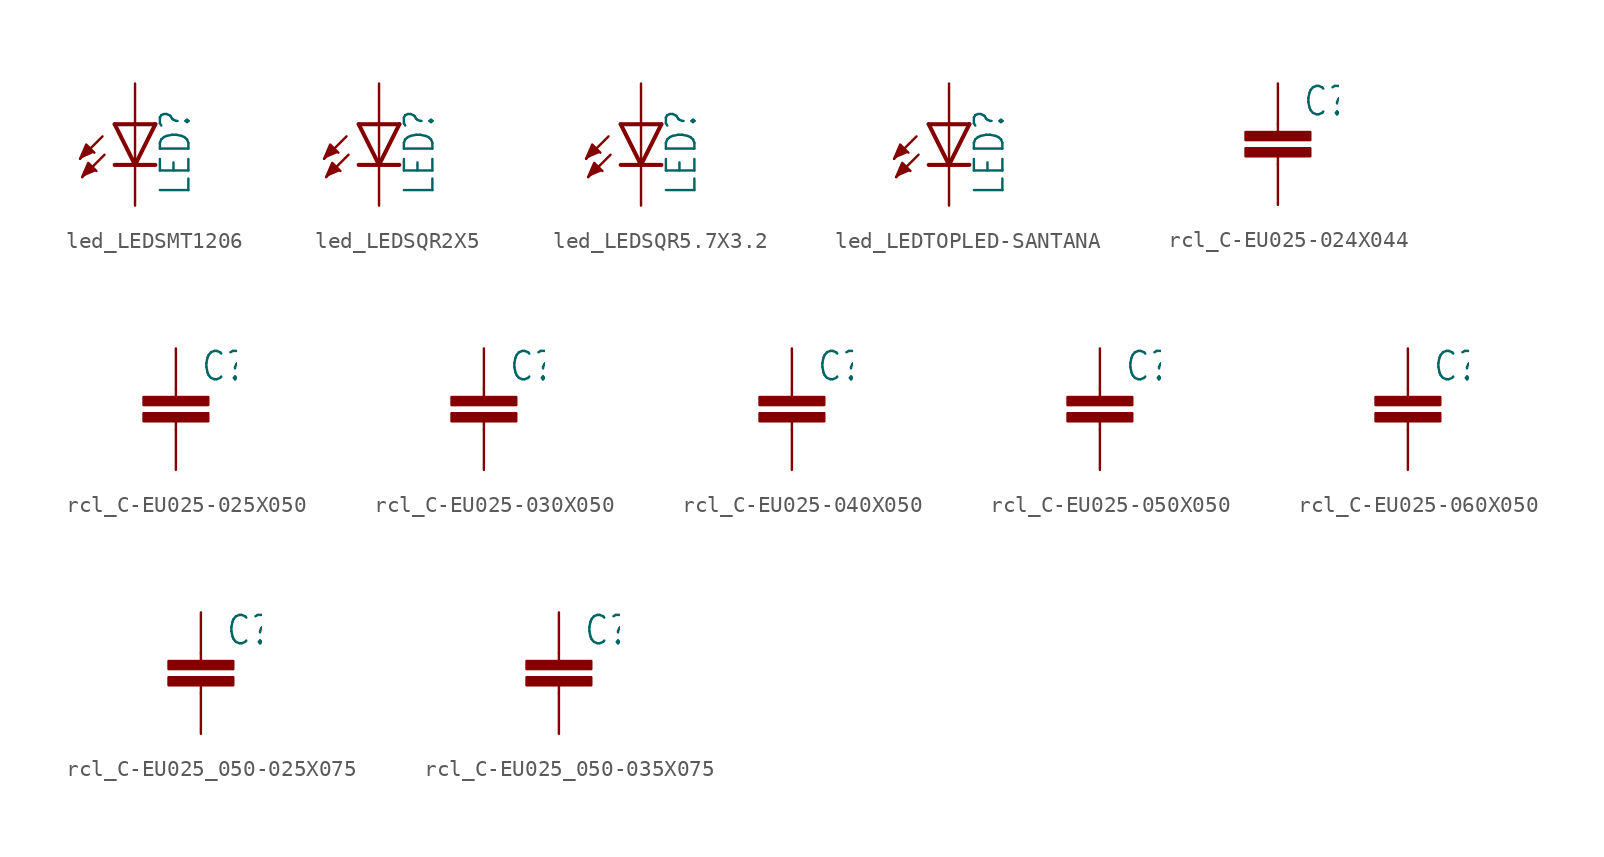
<source format=kicad_sym>
(kicad_symbol_lib
  (version 20231120)
  (generator "kicad_symbol_editor")
  (generator_version "8.0")
  (symbol "led_LEDSMT1206"
    (property "Reference" "LED"
      (at 3.556 -4.572 90)
      (effects (font (size 1.778 1.511)) (justify left bottom)))
    (property "Value" ""
      (at 5.715 -4.572 90)
      (effects (font (size 1.778 1.511)) (justify left bottom)))
    (property "ki_locked" ""
      (at 0 0 0)
      (effects (font (size 1.27 1.27))))
    (symbol "led_LEDSMT1206_1_0"
      (polyline (pts (xy -2.032 -0.762) (xy -3.429 -2.159)) (stroke (width 0.152) (type solid)) (fill (type none)))
      (polyline (pts (xy -1.905 -1.905) (xy -3.302 -3.302)) (stroke (width 0.152) (type solid)) (fill (type none)))
      (polyline (pts (xy 0 -2.54) (xy -1.27 -2.54)) (stroke (width 0.254) (type solid)) (fill (type none)))
      (polyline (pts (xy 0 -2.54) (xy -1.27 0)) (stroke (width 0.254) (type solid)) (fill (type none)))
      (polyline (pts (xy 0 0) (xy -1.27 0)) (stroke (width 0.254) (type solid)) (fill (type none)))
      (polyline (pts (xy 0 0) (xy 0 -2.54)) (stroke (width 0.152) (type solid)) (fill (type none)))
      (polyline (pts (xy 1.27 -2.54) (xy 0 -2.54)) (stroke (width 0.254) (type solid)) (fill (type none)))
      (polyline (pts (xy 1.27 0) (xy 0 -2.54)) (stroke (width 0.254) (type solid)) (fill (type none)))
      (polyline (pts (xy 1.27 0) (xy 0 0)) (stroke (width 0.254) (type solid)) (fill (type none)))
      (polyline (pts (xy -3.429 -2.159) (xy -3.048 -1.27) (xy -2.54 -1.778)) (stroke (width 0.152) (type solid)) (fill (type outline)))
      (polyline (pts (xy -3.302 -3.302) (xy -2.921 -2.413) (xy -2.413 -2.921)) (stroke (width 0.152) (type solid)) (fill (type outline)))
      (pin passive line (at 0 2.54 270) (length 2.54) (name "A" (effects (font (size 0 0)))) (number "A" (effects (font (size 0 0)))))
      (pin passive line (at 0 -5.08 90) (length 2.54) (name "C" (effects (font (size 0 0)))) (number "C" (effects (font (size 0 0)))))))
  (symbol "led_LEDSQR2X5"
    (property "Reference" "LED"
      (at 3.556 -4.572 90)
      (effects (font (size 1.778 1.511)) (justify left bottom)))
    (property "Value" ""
      (at 5.715 -4.572 90)
      (effects (font (size 1.778 1.511)) (justify left bottom)))
    (property "ki_locked" ""
      (at 0 0 0)
      (effects (font (size 1.27 1.27))))
    (symbol "led_LEDSQR2X5_1_0"
      (polyline (pts (xy -2.032 -0.762) (xy -3.429 -2.159)) (stroke (width 0.152) (type solid)) (fill (type none)))
      (polyline (pts (xy -1.905 -1.905) (xy -3.302 -3.302)) (stroke (width 0.152) (type solid)) (fill (type none)))
      (polyline (pts (xy 0 -2.54) (xy -1.27 -2.54)) (stroke (width 0.254) (type solid)) (fill (type none)))
      (polyline (pts (xy 0 -2.54) (xy -1.27 0)) (stroke (width 0.254) (type solid)) (fill (type none)))
      (polyline (pts (xy 0 0) (xy -1.27 0)) (stroke (width 0.254) (type solid)) (fill (type none)))
      (polyline (pts (xy 0 0) (xy 0 -2.54)) (stroke (width 0.152) (type solid)) (fill (type none)))
      (polyline (pts (xy 1.27 -2.54) (xy 0 -2.54)) (stroke (width 0.254) (type solid)) (fill (type none)))
      (polyline (pts (xy 1.27 0) (xy 0 -2.54)) (stroke (width 0.254) (type solid)) (fill (type none)))
      (polyline (pts (xy 1.27 0) (xy 0 0)) (stroke (width 0.254) (type solid)) (fill (type none)))
      (polyline (pts (xy -3.429 -2.159) (xy -3.048 -1.27) (xy -2.54 -1.778)) (stroke (width 0.152) (type solid)) (fill (type outline)))
      (polyline (pts (xy -3.302 -3.302) (xy -2.921 -2.413) (xy -2.413 -2.921)) (stroke (width 0.152) (type solid)) (fill (type outline)))
      (pin passive line (at 0 2.54 270) (length 2.54) (name "A" (effects (font (size 0 0)))) (number "A" (effects (font (size 0 0)))))
      (pin passive line (at 0 -5.08 90) (length 2.54) (name "C" (effects (font (size 0 0)))) (number "K" (effects (font (size 0 0)))))))
  (symbol "led_LEDSQR5.7X3.2"
    (property "Reference" "LED"
      (at 3.556 -4.572 90)
      (effects (font (size 1.778 1.511)) (justify left bottom)))
    (property "Value" ""
      (at 5.715 -4.572 90)
      (effects (font (size 1.778 1.511)) (justify left bottom)))
    (property "ki_locked" ""
      (at 0 0 0)
      (effects (font (size 1.27 1.27))))
    (symbol "led_LEDSQR5.7X3.2_1_0"
      (polyline (pts (xy -2.032 -0.762) (xy -3.429 -2.159)) (stroke (width 0.152) (type solid)) (fill (type none)))
      (polyline (pts (xy -1.905 -1.905) (xy -3.302 -3.302)) (stroke (width 0.152) (type solid)) (fill (type none)))
      (polyline (pts (xy 0 -2.54) (xy -1.27 -2.54)) (stroke (width 0.254) (type solid)) (fill (type none)))
      (polyline (pts (xy 0 -2.54) (xy -1.27 0)) (stroke (width 0.254) (type solid)) (fill (type none)))
      (polyline (pts (xy 0 0) (xy -1.27 0)) (stroke (width 0.254) (type solid)) (fill (type none)))
      (polyline (pts (xy 0 0) (xy 0 -2.54)) (stroke (width 0.152) (type solid)) (fill (type none)))
      (polyline (pts (xy 1.27 -2.54) (xy 0 -2.54)) (stroke (width 0.254) (type solid)) (fill (type none)))
      (polyline (pts (xy 1.27 0) (xy 0 -2.54)) (stroke (width 0.254) (type solid)) (fill (type none)))
      (polyline (pts (xy 1.27 0) (xy 0 0)) (stroke (width 0.254) (type solid)) (fill (type none)))
      (polyline (pts (xy -3.429 -2.159) (xy -3.048 -1.27) (xy -2.54 -1.778)) (stroke (width 0.152) (type solid)) (fill (type outline)))
      (polyline (pts (xy -3.302 -3.302) (xy -2.921 -2.413) (xy -2.413 -2.921)) (stroke (width 0.152) (type solid)) (fill (type outline)))
      (pin passive line (at 0 2.54 270) (length 2.54) (name "A" (effects (font (size 0 0)))) (number "A" (effects (font (size 0 0)))))
      (pin passive line (at 0 -5.08 90) (length 2.54) (name "C" (effects (font (size 0 0)))) (number "K" (effects (font (size 0 0)))))))
  (symbol "led_LEDTOPLED-SANTANA"
    (property "Reference" "LED"
      (at 3.556 -4.572 90)
      (effects (font (size 1.778 1.511)) (justify left bottom)))
    (property "Value" ""
      (at 5.715 -4.572 90)
      (effects (font (size 1.778 1.511)) (justify left bottom)))
    (property "ki_locked" ""
      (at 0 0 0)
      (effects (font (size 1.27 1.27))))
    (symbol "led_LEDTOPLED-SANTANA_1_0"
      (polyline (pts (xy -2.032 -0.762) (xy -3.429 -2.159)) (stroke (width 0.152) (type solid)) (fill (type none)))
      (polyline (pts (xy -1.905 -1.905) (xy -3.302 -3.302)) (stroke (width 0.152) (type solid)) (fill (type none)))
      (polyline (pts (xy 0 -2.54) (xy -1.27 -2.54)) (stroke (width 0.254) (type solid)) (fill (type none)))
      (polyline (pts (xy 0 -2.54) (xy -1.27 0)) (stroke (width 0.254) (type solid)) (fill (type none)))
      (polyline (pts (xy 0 0) (xy -1.27 0)) (stroke (width 0.254) (type solid)) (fill (type none)))
      (polyline (pts (xy 0 0) (xy 0 -2.54)) (stroke (width 0.152) (type solid)) (fill (type none)))
      (polyline (pts (xy 1.27 -2.54) (xy 0 -2.54)) (stroke (width 0.254) (type solid)) (fill (type none)))
      (polyline (pts (xy 1.27 0) (xy 0 -2.54)) (stroke (width 0.254) (type solid)) (fill (type none)))
      (polyline (pts (xy 1.27 0) (xy 0 0)) (stroke (width 0.254) (type solid)) (fill (type none)))
      (polyline (pts (xy -3.429 -2.159) (xy -3.048 -1.27) (xy -2.54 -1.778)) (stroke (width 0.152) (type solid)) (fill (type outline)))
      (polyline (pts (xy -3.302 -3.302) (xy -2.921 -2.413) (xy -2.413 -2.921)) (stroke (width 0.152) (type solid)) (fill (type outline)))
      (pin passive line (at 0 2.54 270) (length 2.54) (name "A" (effects (font (size 0 0)))) (number "A" (effects (font (size 0 0)))))
      (pin passive line (at 0 -5.08 90) (length 2.54) (name "C" (effects (font (size 0 0)))) (number "C" (effects (font (size 0 0)))))))
  (symbol "rcl_C-EU025-024X044"
    (property "Reference" "C"
      (at 1.524 0.381 0)
      (effects (font (size 1.778 1.511)) (justify left bottom)))
    (property "Value" ""
      (at 1.524 -4.699 0)
      (effects (font (size 1.778 1.511)) (justify left bottom)))
    (property "ki_locked" ""
      (at 0 0 0)
      (effects (font (size 1.27 1.27))))
    (symbol "rcl_C-EU025-024X044_1_0"
      (rectangle (start -2.032 -2.032) (end 2.032 -1.524) (stroke (width 0) (type default)) (fill (type outline)))
      (rectangle (start -2.032 -1.016) (end 2.032 -0.508) (stroke (width 0) (type default)) (fill (type outline)))
      (polyline (pts (xy 0 -2.54) (xy 0 -2.032)) (stroke (width 0.152) (type solid)) (fill (type none)))
      (polyline (pts (xy 0 0) (xy 0 -0.508)) (stroke (width 0.152) (type solid)) (fill (type none)))
      (pin passive line (at 0 2.54 270) (length 2.54) (name "1" (effects (font (size 0 0)))) (number "1" (effects (font (size 0 0)))))
      (pin passive line (at 0 -5.08 90) (length 2.54) (name "2" (effects (font (size 0 0)))) (number "2" (effects (font (size 0 0)))))))
  (symbol "rcl_C-EU025-025X050"
    (property "Reference" "C"
      (at 1.524 0.381 0)
      (effects (font (size 1.778 1.511)) (justify left bottom)))
    (property "Value" ""
      (at 1.524 -4.699 0)
      (effects (font (size 1.778 1.511)) (justify left bottom)))
    (property "ki_locked" ""
      (at 0 0 0)
      (effects (font (size 1.27 1.27))))
    (symbol "rcl_C-EU025-025X050_1_0"
      (rectangle (start -2.032 -2.032) (end 2.032 -1.524) (stroke (width 0) (type default)) (fill (type outline)))
      (rectangle (start -2.032 -1.016) (end 2.032 -0.508) (stroke (width 0) (type default)) (fill (type outline)))
      (polyline (pts (xy 0 -2.54) (xy 0 -2.032)) (stroke (width 0.152) (type solid)) (fill (type none)))
      (polyline (pts (xy 0 0) (xy 0 -0.508)) (stroke (width 0.152) (type solid)) (fill (type none)))
      (pin passive line (at 0 2.54 270) (length 2.54) (name "1" (effects (font (size 0 0)))) (number "1" (effects (font (size 0 0)))))
      (pin passive line (at 0 -5.08 90) (length 2.54) (name "2" (effects (font (size 0 0)))) (number "2" (effects (font (size 0 0)))))))
  (symbol "rcl_C-EU025-030X050"
    (property "Reference" "C"
      (at 1.524 0.381 0)
      (effects (font (size 1.778 1.511)) (justify left bottom)))
    (property "Value" ""
      (at 1.524 -4.699 0)
      (effects (font (size 1.778 1.511)) (justify left bottom)))
    (property "ki_locked" ""
      (at 0 0 0)
      (effects (font (size 1.27 1.27))))
    (symbol "rcl_C-EU025-030X050_1_0"
      (rectangle (start -2.032 -2.032) (end 2.032 -1.524) (stroke (width 0) (type default)) (fill (type outline)))
      (rectangle (start -2.032 -1.016) (end 2.032 -0.508) (stroke (width 0) (type default)) (fill (type outline)))
      (polyline (pts (xy 0 -2.54) (xy 0 -2.032)) (stroke (width 0.152) (type solid)) (fill (type none)))
      (polyline (pts (xy 0 0) (xy 0 -0.508)) (stroke (width 0.152) (type solid)) (fill (type none)))
      (pin passive line (at 0 2.54 270) (length 2.54) (name "1" (effects (font (size 0 0)))) (number "1" (effects (font (size 0 0)))))
      (pin passive line (at 0 -5.08 90) (length 2.54) (name "2" (effects (font (size 0 0)))) (number "2" (effects (font (size 0 0)))))))
  (symbol "rcl_C-EU025-040X050"
    (property "Reference" "C"
      (at 1.524 0.381 0)
      (effects (font (size 1.778 1.511)) (justify left bottom)))
    (property "Value" ""
      (at 1.524 -4.699 0)
      (effects (font (size 1.778 1.511)) (justify left bottom)))
    (property "ki_locked" ""
      (at 0 0 0)
      (effects (font (size 1.27 1.27))))
    (symbol "rcl_C-EU025-040X050_1_0"
      (rectangle (start -2.032 -2.032) (end 2.032 -1.524) (stroke (width 0) (type default)) (fill (type outline)))
      (rectangle (start -2.032 -1.016) (end 2.032 -0.508) (stroke (width 0) (type default)) (fill (type outline)))
      (polyline (pts (xy 0 -2.54) (xy 0 -2.032)) (stroke (width 0.152) (type solid)) (fill (type none)))
      (polyline (pts (xy 0 0) (xy 0 -0.508)) (stroke (width 0.152) (type solid)) (fill (type none)))
      (pin passive line (at 0 2.54 270) (length 2.54) (name "1" (effects (font (size 0 0)))) (number "1" (effects (font (size 0 0)))))
      (pin passive line (at 0 -5.08 90) (length 2.54) (name "2" (effects (font (size 0 0)))) (number "2" (effects (font (size 0 0)))))))
  (symbol "rcl_C-EU025-050X050"
    (property "Reference" "C"
      (at 1.524 0.381 0)
      (effects (font (size 1.778 1.511)) (justify left bottom)))
    (property "Value" ""
      (at 1.524 -4.699 0)
      (effects (font (size 1.778 1.511)) (justify left bottom)))
    (property "ki_locked" ""
      (at 0 0 0)
      (effects (font (size 1.27 1.27))))
    (symbol "rcl_C-EU025-050X050_1_0"
      (rectangle (start -2.032 -2.032) (end 2.032 -1.524) (stroke (width 0) (type default)) (fill (type outline)))
      (rectangle (start -2.032 -1.016) (end 2.032 -0.508) (stroke (width 0) (type default)) (fill (type outline)))
      (polyline (pts (xy 0 -2.54) (xy 0 -2.032)) (stroke (width 0.152) (type solid)) (fill (type none)))
      (polyline (pts (xy 0 0) (xy 0 -0.508)) (stroke (width 0.152) (type solid)) (fill (type none)))
      (pin passive line (at 0 2.54 270) (length 2.54) (name "1" (effects (font (size 0 0)))) (number "1" (effects (font (size 0 0)))))
      (pin passive line (at 0 -5.08 90) (length 2.54) (name "2" (effects (font (size 0 0)))) (number "2" (effects (font (size 0 0)))))))
  (symbol "rcl_C-EU025-060X050"
    (property "Reference" "C"
      (at 1.524 0.381 0)
      (effects (font (size 1.778 1.511)) (justify left bottom)))
    (property "Value" ""
      (at 1.524 -4.699 0)
      (effects (font (size 1.778 1.511)) (justify left bottom)))
    (property "ki_locked" ""
      (at 0 0 0)
      (effects (font (size 1.27 1.27))))
    (symbol "rcl_C-EU025-060X050_1_0"
      (rectangle (start -2.032 -2.032) (end 2.032 -1.524) (stroke (width 0) (type default)) (fill (type outline)))
      (rectangle (start -2.032 -1.016) (end 2.032 -0.508) (stroke (width 0) (type default)) (fill (type outline)))
      (polyline (pts (xy 0 -2.54) (xy 0 -2.032)) (stroke (width 0.152) (type solid)) (fill (type none)))
      (polyline (pts (xy 0 0) (xy 0 -0.508)) (stroke (width 0.152) (type solid)) (fill (type none)))
      (pin passive line (at 0 2.54 270) (length 2.54) (name "1" (effects (font (size 0 0)))) (number "1" (effects (font (size 0 0)))))
      (pin passive line (at 0 -5.08 90) (length 2.54) (name "2" (effects (font (size 0 0)))) (number "2" (effects (font (size 0 0)))))))
  (symbol "rcl_C-EU025_050-025X075"
    (property "Reference" "C"
      (at 1.524 0.381 0)
      (effects (font (size 1.778 1.511)) (justify left bottom)))
    (property "Value" ""
      (at 1.524 -4.699 0)
      (effects (font (size 1.778 1.511)) (justify left bottom)))
    (property "ki_locked" ""
      (at 0 0 0)
      (effects (font (size 1.27 1.27))))
    (symbol "rcl_C-EU025_050-025X075_1_0"
      (rectangle (start -2.032 -2.032) (end 2.032 -1.524) (stroke (width 0) (type default)) (fill (type outline)))
      (rectangle (start -2.032 -1.016) (end 2.032 -0.508) (stroke (width 0) (type default)) (fill (type outline)))
      (polyline (pts (xy 0 -2.54) (xy 0 -2.032)) (stroke (width 0.152) (type solid)) (fill (type none)))
      (polyline (pts (xy 0 0) (xy 0 -0.508)) (stroke (width 0.152) (type solid)) (fill (type none)))
      (pin passive line (at 0 2.54 270) (length 2.54) (name "1" (effects (font (size 0 0)))) (number "1" (effects (font (size 0 0)))))
      (pin passive line (at 0 -5.08 90) (length 2.54) (name "2" (effects (font (size 0 0)))) (number "2" (effects (font (size 0 0)))))))
  (symbol "rcl_C-EU025_050-035X075"
    (property "Reference" "C"
      (at 1.524 0.381 0)
      (effects (font (size 1.778 1.511)) (justify left bottom)))
    (property "Value" ""
      (at 1.524 -4.699 0)
      (effects (font (size 1.778 1.511)) (justify left bottom)))
    (property "ki_locked" ""
      (at 0 0 0)
      (effects (font (size 1.27 1.27))))
    (symbol "rcl_C-EU025_050-035X075_1_0"
      (rectangle (start -2.032 -2.032) (end 2.032 -1.524) (stroke (width 0) (type default)) (fill (type outline)))
      (rectangle (start -2.032 -1.016) (end 2.032 -0.508) (stroke (width 0) (type default)) (fill (type outline)))
      (polyline (pts (xy 0 -2.54) (xy 0 -2.032)) (stroke (width 0.152) (type solid)) (fill (type none)))
      (polyline (pts (xy 0 0) (xy 0 -0.508)) (stroke (width 0.152) (type solid)) (fill (type none)))
      (pin passive line (at 0 2.54 270) (length 2.54) (name "1" (effects (font (size 0 0)))) (number "1" (effects (font (size 0 0)))))
      (pin passive line (at 0 -5.08 90) (length 2.54) (name "2" (effects (font (size 0 0)))) (number "2" (effects (font (size 0 0))))))))
</source>
